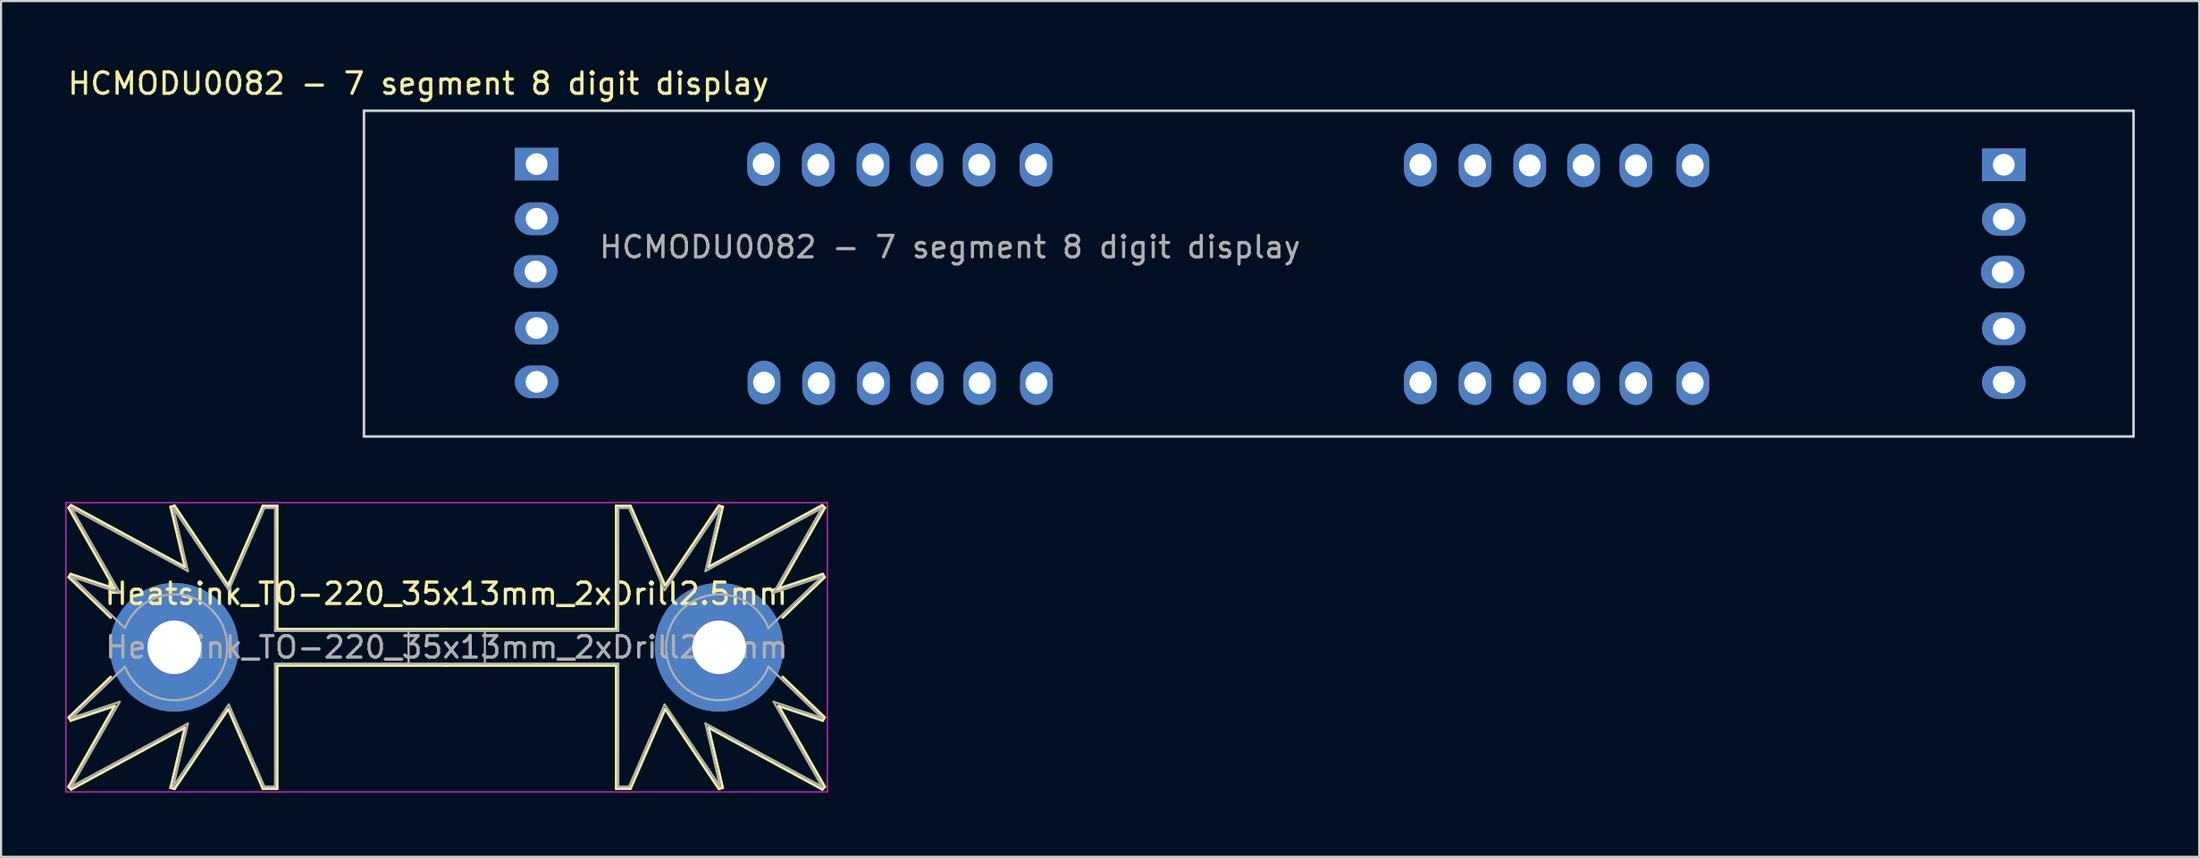
<source format=kicad_pcb>
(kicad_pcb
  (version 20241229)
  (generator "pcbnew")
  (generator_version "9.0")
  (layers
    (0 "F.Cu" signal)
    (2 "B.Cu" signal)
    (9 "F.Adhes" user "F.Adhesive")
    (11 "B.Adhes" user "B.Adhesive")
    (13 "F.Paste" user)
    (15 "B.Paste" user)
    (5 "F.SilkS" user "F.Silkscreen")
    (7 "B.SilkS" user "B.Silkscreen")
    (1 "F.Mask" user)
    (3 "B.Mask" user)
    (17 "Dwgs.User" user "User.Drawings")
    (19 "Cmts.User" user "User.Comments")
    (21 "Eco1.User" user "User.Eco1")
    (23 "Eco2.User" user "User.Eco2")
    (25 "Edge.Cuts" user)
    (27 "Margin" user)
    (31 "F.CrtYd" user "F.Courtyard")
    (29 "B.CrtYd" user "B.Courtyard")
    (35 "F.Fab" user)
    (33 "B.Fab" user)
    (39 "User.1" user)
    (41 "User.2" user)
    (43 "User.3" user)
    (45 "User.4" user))
  (footprint "HCMODU0082 - 7 segment 8 digit display"
    (layer "F.Cu")
    (at 56.168 9.718)
    (property "Reference" "HCMODU0082 - 7 segment 8 digit display" (at -39.71 -8.87 0) (unlocked yes) (layer "F.SilkS") (effects (font (size 1 1) (thickness 0.15))))
    (attr through_hole)
    (fp_line (start -42.25 -7.6) (end 40.25 -7.6) (stroke (width 0.12) (type default)) (layer "Edge.Cuts"))
    (fp_line (start -42.25 7.6) (end -42.25 -7.6) (stroke (width 0.12) (type default)) (layer "Edge.Cuts"))
    (fp_line (start 40.25 -7.6) (end 40.25 7.6) (stroke (width 0.12) (type default)) (layer "Edge.Cuts"))
    (fp_line (start 40.25 7.6) (end -42.25 7.6) (stroke (width 0.12) (type default)) (layer "Edge.Cuts"))
    (fp_text user "${REFERENCE}" (at -14.93 -1.24 0) (unlocked yes) (layer "F.Fab") (effects (font (size 1 1) (thickness 0.15))))
    (pad "1" thru_hole rect (at -34.2 -5.11) (size 2.032 1.524) (drill 1.016) (layers "*.Cu" "*.Mask"))
    (pad "2" thru_hole oval (at -34.2 -2.56) (size 2.032 1.524) (drill 1.016) (layers "*.Cu" "*.Mask"))
    (pad "3" thru_hole oval (at -34.25 -0.1) (size 2.032 1.524) (drill 1.016) (layers "*.Cu" "*.Mask"))
    (pad "4" thru_hole oval (at -34.2 2.54) (size 2.032 1.524) (drill 1.016) (layers "*.Cu" "*.Mask"))
    (pad "5" thru_hole oval (at -34.2 5.05) (size 2.032 1.524) (drill 1.016) (layers "*.Cu" "*.Mask"))
    (pad "6" thru_hole rect (at 34.2 -5.08) (size 2.032 1.524) (drill 1.016) (layers "*.Cu" "*.Mask"))
    (pad "7" thru_hole oval (at 34.2 -2.53) (size 2.032 1.524) (drill 1.016) (layers "*.Cu" "*.Mask"))
    (pad "8" thru_hole oval (at 34.15 -0.07) (size 2.032 1.524) (drill 1.016) (layers "*.Cu" "*.Mask"))
    (pad "9" thru_hole oval (at 34.2 2.57) (size 2.032 1.524) (drill 1.016) (layers "*.Cu" "*.Mask"))
    (pad "10" thru_hole oval (at 34.2 5.08) (size 2.032 1.524) (drill 1.016) (layers "*.Cu" "*.Mask"))
    (pad "11" thru_hole oval (at -23.62 -5.11) (size 1.524 2.032) (drill 1.016) (layers "*.Cu" "*.Mask"))
    (pad "12" thru_hole oval (at -21.07 -5.08) (size 1.524 2.032) (drill 1.016) (layers "*.Cu" "*.Mask"))
    (pad "13" thru_hole oval (at -18.52 -5.08) (size 1.524 2.032) (drill 1.016) (layers "*.Cu" "*.Mask"))
    (pad "14" thru_hole oval (at -16.01 -5.08) (size 1.524 2.032) (drill 1.016) (layers "*.Cu" "*.Mask"))
    (pad "15" thru_hole oval (at -13.57 -5.08) (size 1.524 2.032) (drill 1.016) (layers "*.Cu" "*.Mask"))
    (pad "16" thru_hole oval (at -10.92 -5.08) (size 1.524 2.032) (drill 1.016) (layers "*.Cu" "*.Mask"))
    (pad "17" thru_hole oval (at -23.6 5.08) (size 1.524 2.032) (drill 1.016) (layers "*.Cu" "*.Mask"))
    (pad "18" thru_hole oval (at -21.05 5.11) (size 1.524 2.032) (drill 1.016) (layers "*.Cu" "*.Mask"))
    (pad "19" thru_hole oval (at -18.5 5.11) (size 1.524 2.032) (drill 1.016) (layers "*.Cu" "*.Mask"))
    (pad "20" thru_hole oval (at -15.99 5.11) (size 1.524 2.032) (drill 1.016) (layers "*.Cu" "*.Mask"))
    (pad "21" thru_hole oval (at -13.55 5.11) (size 1.524 2.032) (drill 1.016) (layers "*.Cu" "*.Mask"))
    (pad "22" thru_hole oval (at -10.9 5.11) (size 1.524 2.032) (drill 1.016) (layers "*.Cu" "*.Mask"))
    (pad "23" thru_hole oval (at 7 -5.08) (size 1.524 2.032) (drill 1.016) (layers "*.Cu" "*.Mask"))
    (pad "24" thru_hole oval (at 9.55 -5.05) (size 1.524 2.032) (drill 1.016) (layers "*.Cu" "*.Mask"))
    (pad "25" thru_hole oval (at 12.1 -5.05) (size 1.524 2.032) (drill 1.016) (layers "*.Cu" "*.Mask"))
    (pad "26" thru_hole oval (at 14.61 -5.05) (size 1.524 2.032) (drill 1.016) (layers "*.Cu" "*.Mask"))
    (pad "27" thru_hole oval (at 17.05 -5.05) (size 1.524 2.032) (drill 1.016) (layers "*.Cu" "*.Mask"))
    (pad "28" thru_hole oval (at 19.7 -5.05) (size 1.524 2.032) (drill 1.016) (layers "*.Cu" "*.Mask"))
    (pad "29" thru_hole oval (at 7 5.08) (size 1.524 2.032) (drill 1.016) (layers "*.Cu" "*.Mask"))
    (pad "30" thru_hole oval (at 9.55 5.11) (size 1.524 2.032) (drill 1.016) (layers "*.Cu" "*.Mask"))
    (pad "31" thru_hole oval (at 12.1 5.11) (size 1.524 2.032) (drill 1.016) (layers "*.Cu" "*.Mask"))
    (pad "32" thru_hole oval (at 14.61 5.11) (size 1.524 2.032) (drill 1.016) (layers "*.Cu" "*.Mask"))
    (pad "33" thru_hole oval (at 17.05 5.11) (size 1.524 2.032) (drill 1.016) (layers "*.Cu" "*.Mask"))
    (pad "34" thru_hole oval (at 19.7 5.11) (size 1.524 2.032) (drill 1.016) (layers "*.Cu" "*.Mask")))
  (footprint "Heatsink_TO-220_35x13mm_2xDrill2.5mm"
    (layer "F.Cu")
    (at 17.775 27.153)
    (property "Reference" "Heatsink_TO-220_35x13mm_2xDrill2.5mm" (at -0.025 -2.5 0) (layer "F.SilkS") (effects (font (size 1 1) (thickness 0.15))))
    (attr through_hole)
    (fp_line (start -17.63 -6.51) (end -15.48 -2.74) (stroke (width 0.12) (type solid)) (layer "F.SilkS"))
    (fp_line (start -17.63 6.51) (end -15.48 2.74) (stroke (width 0.12) (type solid)) (layer "F.SilkS"))
    (fp_line (start -17.62 -3.27) (end -15.66 -1.38) (stroke (width 0.12) (type solid)) (layer "F.SilkS"))
    (fp_line (start -17.62 3.27) (end -15.66 1.38) (stroke (width 0.12) (type solid)) (layer "F.SilkS"))
    (fp_line (start -17.53 -3.42) (end -17.62 -3.27) (stroke (width 0.12) (type solid)) (layer "F.SilkS"))
    (fp_line (start -17.53 3.42) (end -17.62 3.27) (stroke (width 0.12) (type solid)) (layer "F.SilkS"))
    (fp_line (start -17.51 -6.63) (end -17.63 -6.51) (stroke (width 0.12) (type solid)) (layer "F.SilkS"))
    (fp_line (start -17.51 6.63) (end -17.63 6.51) (stroke (width 0.12) (type solid)) (layer "F.SilkS"))
    (fp_line (start -15.48 -2.74) (end -17.53 -3.42) (stroke (width 0.12) (type solid)) (layer "F.SilkS"))
    (fp_line (start -15.48 2.74) (end -17.53 3.42) (stroke (width 0.12) (type solid)) (layer "F.SilkS"))
    (fp_line (start -12.87 -6.55) (end -12.21 -3.75) (stroke (width 0.12) (type solid)) (layer "F.SilkS"))
    (fp_line (start -12.87 6.55) (end -12.21 3.75) (stroke (width 0.12) (type solid)) (layer "F.SilkS"))
    (fp_line (start -12.69 -6.61) (end -12.87 -6.55) (stroke (width 0.12) (type solid)) (layer "F.SilkS"))
    (fp_line (start -12.69 6.61) (end -12.87 6.55) (stroke (width 0.12) (type solid)) (layer "F.SilkS"))
    (fp_line (start -12.21 -3.75) (end -17.51 -6.63) (stroke (width 0.12) (type solid)) (layer "F.SilkS"))
    (fp_line (start -12.21 3.75) (end -17.51 6.63) (stroke (width 0.12) (type solid)) (layer "F.SilkS"))
    (fp_line (start -10.19 -2.89) (end -12.69 -6.61) (stroke (width 0.12) (type solid)) (layer "F.SilkS"))
    (fp_line (start -10.19 2.89) (end -12.69 6.61) (stroke (width 0.12) (type solid)) (layer "F.SilkS"))
    (fp_line (start -8.57 -6.6) (end -10.18 -2.89) (stroke (width 0.12) (type solid)) (layer "F.SilkS"))
    (fp_line (start -8.57 6.6) (end -10.18 2.89) (stroke (width 0.12) (type solid)) (layer "F.SilkS"))
    (fp_line (start -7.9 -6.6) (end -8.57 -6.6) (stroke (width 0.12) (type solid)) (layer "F.SilkS"))
    (fp_line (start -7.9 -0.85) (end -7.9 -6.6) (stroke (width 0.12) (type solid)) (layer "F.SilkS"))
    (fp_line (start -7.9 0.85) (end -7.9 6.6) (stroke (width 0.12) (type solid)) (layer "F.SilkS"))
    (fp_line (start -7.9 6.6) (end -8.57 6.6) (stroke (width 0.12) (type solid)) (layer "F.SilkS"))
    (fp_line (start 0 -0.85) (end -7.9 -0.85) (stroke (width 0.12) (type solid)) (layer "F.SilkS"))
    (fp_line (start 0 -0.85) (end 7.9 -0.85) (stroke (width 0.12) (type solid)) (layer "F.SilkS"))
    (fp_line (start 0 0.85) (end -7.9 0.85) (stroke (width 0.12) (type solid)) (layer "F.SilkS"))
    (fp_line (start 0 0.85) (end 7.9 0.85) (stroke (width 0.12) (type solid)) (layer "F.SilkS"))
    (fp_line (start 7.9 -6.6) (end 8.57 -6.6) (stroke (width 0.12) (type solid)) (layer "F.SilkS"))
    (fp_line (start 7.9 -0.85) (end 7.9 -6.6) (stroke (width 0.12) (type solid)) (layer "F.SilkS"))
    (fp_line (start 7.9 0.85) (end 7.9 6.6) (stroke (width 0.12) (type solid)) (layer "F.SilkS"))
    (fp_line (start 7.9 6.6) (end 8.57 6.6) (stroke (width 0.12) (type solid)) (layer "F.SilkS"))
    (fp_line (start 8.57 -6.6) (end 10.18 -2.89) (stroke (width 0.12) (type solid)) (layer "F.SilkS"))
    (fp_line (start 8.57 6.6) (end 10.18 2.89) (stroke (width 0.12) (type solid)) (layer "F.SilkS"))
    (fp_line (start 10.19 -2.89) (end 12.69 -6.61) (stroke (width 0.12) (type solid)) (layer "F.SilkS"))
    (fp_line (start 10.19 2.89) (end 12.69 6.61) (stroke (width 0.12) (type solid)) (layer "F.SilkS"))
    (fp_line (start 12.21 -3.75) (end 17.51 -6.63) (stroke (width 0.12) (type solid)) (layer "F.SilkS"))
    (fp_line (start 12.21 3.75) (end 17.51 6.63) (stroke (width 0.12) (type solid)) (layer "F.SilkS"))
    (fp_line (start 12.69 -6.61) (end 12.87 -6.55) (stroke (width 0.12) (type solid)) (layer "F.SilkS"))
    (fp_line (start 12.69 6.61) (end 12.87 6.55) (stroke (width 0.12) (type solid)) (layer "F.SilkS"))
    (fp_line (start 12.87 -6.55) (end 12.21 -3.75) (stroke (width 0.12) (type solid)) (layer "F.SilkS"))
    (fp_line (start 12.87 6.55) (end 12.21 3.75) (stroke (width 0.12) (type solid)) (layer "F.SilkS"))
    (fp_line (start 15.48 -2.74) (end 17.53 -3.42) (stroke (width 0.12) (type solid)) (layer "F.SilkS"))
    (fp_line (start 15.48 2.74) (end 17.53 3.42) (stroke (width 0.12) (type solid)) (layer "F.SilkS"))
    (fp_line (start 17.51 -6.63) (end 17.63 -6.51) (stroke (width 0.12) (type solid)) (layer "F.SilkS"))
    (fp_line (start 17.51 6.63) (end 17.63 6.51) (stroke (width 0.12) (type solid)) (layer "F.SilkS"))
    (fp_line (start 17.53 -3.42) (end 17.62 -3.27) (stroke (width 0.12) (type solid)) (layer "F.SilkS"))
    (fp_line (start 17.53 3.42) (end 17.62 3.27) (stroke (width 0.12) (type solid)) (layer "F.SilkS"))
    (fp_line (start 17.62 -3.27) (end 15.66 -1.38) (stroke (width 0.12) (type solid)) (layer "F.SilkS"))
    (fp_line (start 17.62 3.27) (end 15.66 1.38) (stroke (width 0.12) (type solid)) (layer "F.SilkS"))
    (fp_line (start 17.63 -6.51) (end 15.48 -2.74) (stroke (width 0.12) (type solid)) (layer "F.SilkS"))
    (fp_line (start 17.63 6.51) (end 15.48 2.74) (stroke (width 0.12) (type solid)) (layer "F.SilkS"))
    (fp_line (start -17.75 -6.75) (end -17.75 6.75) (stroke (width 0.05) (type solid)) (layer "F.CrtYd"))
    (fp_line (start -17.75 -6.75) (end 17.75 -6.75) (stroke (width 0.05) (type solid)) (layer "F.CrtYd"))
    (fp_line (start 17.75 6.75) (end -17.75 6.75) (stroke (width 0.05) (type solid)) (layer "F.CrtYd"))
    (fp_line (start 17.75 6.75) (end 17.75 -6.75) (stroke (width 0.05) (type solid)) (layer "F.CrtYd"))
    (fp_line (start -17.5 -6.5) (end -15.24 -2.54) (stroke (width 0.1) (type solid)) (layer "F.Fab"))
    (fp_line (start -17.5 -6.5) (end -12.065 -3.556) (stroke (width 0.1) (type solid)) (layer "F.Fab"))
    (fp_line (start -17.5 -3.3) (end -15 -0.9) (stroke (width 0.1) (type solid)) (layer "F.Fab"))
    (fp_line (start -17.5 3.3) (end -15 0.9) (stroke (width 0.1) (type solid)) (layer "F.Fab"))
    (fp_line (start -17.5 6.5) (end -15.24 2.54) (stroke (width 0.1) (type solid)) (layer "F.Fab"))
    (fp_line (start -17.5 6.5) (end -12.065 3.556) (stroke (width 0.1) (type solid)) (layer "F.Fab"))
    (fp_line (start -15.24 -2.54) (end -17.5 -3.3) (stroke (width 0.1) (type solid)) (layer "F.Fab"))
    (fp_line (start -15.24 2.54) (end -17.5 3.3) (stroke (width 0.1) (type solid)) (layer "F.Fab"))
    (fp_line (start -12.065 -3.556) (end -12.75 -6.5) (stroke (width 0.1) (type solid)) (layer "F.Fab"))
    (fp_line (start -12.065 3.556) (end -12.75 6.5) (stroke (width 0.1) (type solid)) (layer "F.Fab"))
    (fp_line (start -10.16 -2.667) (end -12.75 -6.5) (stroke (width 0.1) (type solid)) (layer "F.Fab"))
    (fp_line (start -10.16 2.667) (end -12.75 6.5) (stroke (width 0.1) (type solid)) (layer "F.Fab"))
    (fp_line (start -8.5 -6.5) (end -10.16 -2.667) (stroke (width 0.1) (type solid)) (layer "F.Fab"))
    (fp_line (start -8.5 6.5) (end -10.16 2.667) (stroke (width 0.1) (type solid)) (layer "F.Fab"))
    (fp_line (start -8.001 -0.762) (end -8 -6.5) (stroke (width 0.1) (type solid)) (layer "F.Fab"))
    (fp_line (start -8.001 0.762) (end -8 6.5) (stroke (width 0.1) (type solid)) (layer "F.Fab"))
    (fp_line (start -8 -6.5) (end -8.5 -6.5) (stroke (width 0.1) (type solid)) (layer "F.Fab"))
    (fp_line (start -8 6.5) (end -8.5 6.5) (stroke (width 0.1) (type solid)) (layer "F.Fab"))
    (fp_line (start -1.778 0.762) (end -1.778 -0.762) (stroke (width 0.1) (type solid)) (layer "F.Fab"))
    (fp_line (start 0 -0.762) (end -8.001 -0.762) (stroke (width 0.1) (type solid)) (layer "F.Fab"))
    (fp_line (start 0 -0.762) (end 8.001 -0.762) (stroke (width 0.1) (type solid)) (layer "F.Fab"))
    (fp_line (start 0 0.762) (end -8.001 0.762) (stroke (width 0.1) (type solid)) (layer "F.Fab"))
    (fp_line (start 0 0.762) (end 8.001 0.762) (stroke (width 0.1) (type solid)) (layer "F.Fab"))
    (fp_line (start 1.778 -0.762) (end 1.778 0.762) (stroke (width 0.1) (type solid)) (layer "F.Fab"))
    (fp_line (start 8 -6.5) (end 8.5 -6.5) (stroke (width 0.1) (type solid)) (layer "F.Fab"))
    (fp_line (start 8 6.5) (end 8.5 6.5) (stroke (width 0.1) (type solid)) (layer "F.Fab"))
    (fp_line (start 8.001 -0.762) (end 8 -6.5) (stroke (width 0.1) (type solid)) (layer "F.Fab"))
    (fp_line (start 8.001 0.762) (end 8 6.5) (stroke (width 0.1) (type solid)) (layer "F.Fab"))
    (fp_line (start 8.5 -6.5) (end 10.16 -2.667) (stroke (width 0.1) (type solid)) (layer "F.Fab"))
    (fp_line (start 8.5 6.5) (end 10.16 2.667) (stroke (width 0.1) (type solid)) (layer "F.Fab"))
    (fp_line (start 10.16 -2.667) (end 12.75 -6.5) (stroke (width 0.1) (type solid)) (layer "F.Fab"))
    (fp_line (start 10.16 2.667) (end 12.75 6.5) (stroke (width 0.1) (type solid)) (layer "F.Fab"))
    (fp_line (start 12.065 -3.556) (end 12.75 -6.5) (stroke (width 0.1) (type solid)) (layer "F.Fab"))
    (fp_line (start 12.065 3.556) (end 12.75 6.5) (stroke (width 0.1) (type solid)) (layer "F.Fab"))
    (fp_line (start 15.24 -2.54) (end 17.5 -3.3) (stroke (width 0.1) (type solid)) (layer "F.Fab"))
    (fp_line (start 15.24 2.54) (end 17.5 3.3) (stroke (width 0.1) (type solid)) (layer "F.Fab"))
    (fp_line (start 17.5 -6.5) (end 12.065 -3.556) (stroke (width 0.1) (type solid)) (layer "F.Fab"))
    (fp_line (start 17.5 -6.5) (end 15.24 -2.54) (stroke (width 0.1) (type solid)) (layer "F.Fab"))
    (fp_line (start 17.5 -3.3) (end 15 -0.9) (stroke (width 0.1) (type solid)) (layer "F.Fab"))
    (fp_line (start 17.5 3.3) (end 15 0.9) (stroke (width 0.1) (type solid)) (layer "F.Fab"))
    (fp_line (start 17.5 6.5) (end 12.065 3.556) (stroke (width 0.1) (type solid)) (layer "F.Fab"))
    (fp_line (start 17.5 6.5) (end 15.24 2.54) (stroke (width 0.1) (type solid)) (layer "F.Fab"))
    (fp_arc (start -14.99272 -0.918387) (mid -10.230202 0.009888) (end -15 0.9) (stroke (width 0.1) (type solid)) (layer "F.Fab"))
    (fp_arc (start 14.99272 0.918387) (mid 10.230202 -0.009888) (end 15 -0.9) (stroke (width 0.1) (type solid)) (layer "F.Fab"))
    (fp_text user "${REFERENCE}" (at 0 0 0) (layer "F.Fab") (effects (font (size 1 1) (thickness 0.15))))
    (pad "1" thru_hole circle (at -12.7 0 180) (size 6 6) (drill 2.5) (layers "*.Cu" "*.Mask"))
    (pad "1" thru_hole circle (at 12.7 0) (size 6 6) (drill 2.5) (layers "*.Cu" "*.Mask")))
  (gr_rect
    (start -3 -3)
    (end 99.478 36.928)
    (stroke (width 0.1) (type default))
    (fill no)
    (layer "Edge.Cuts")))
</source>
